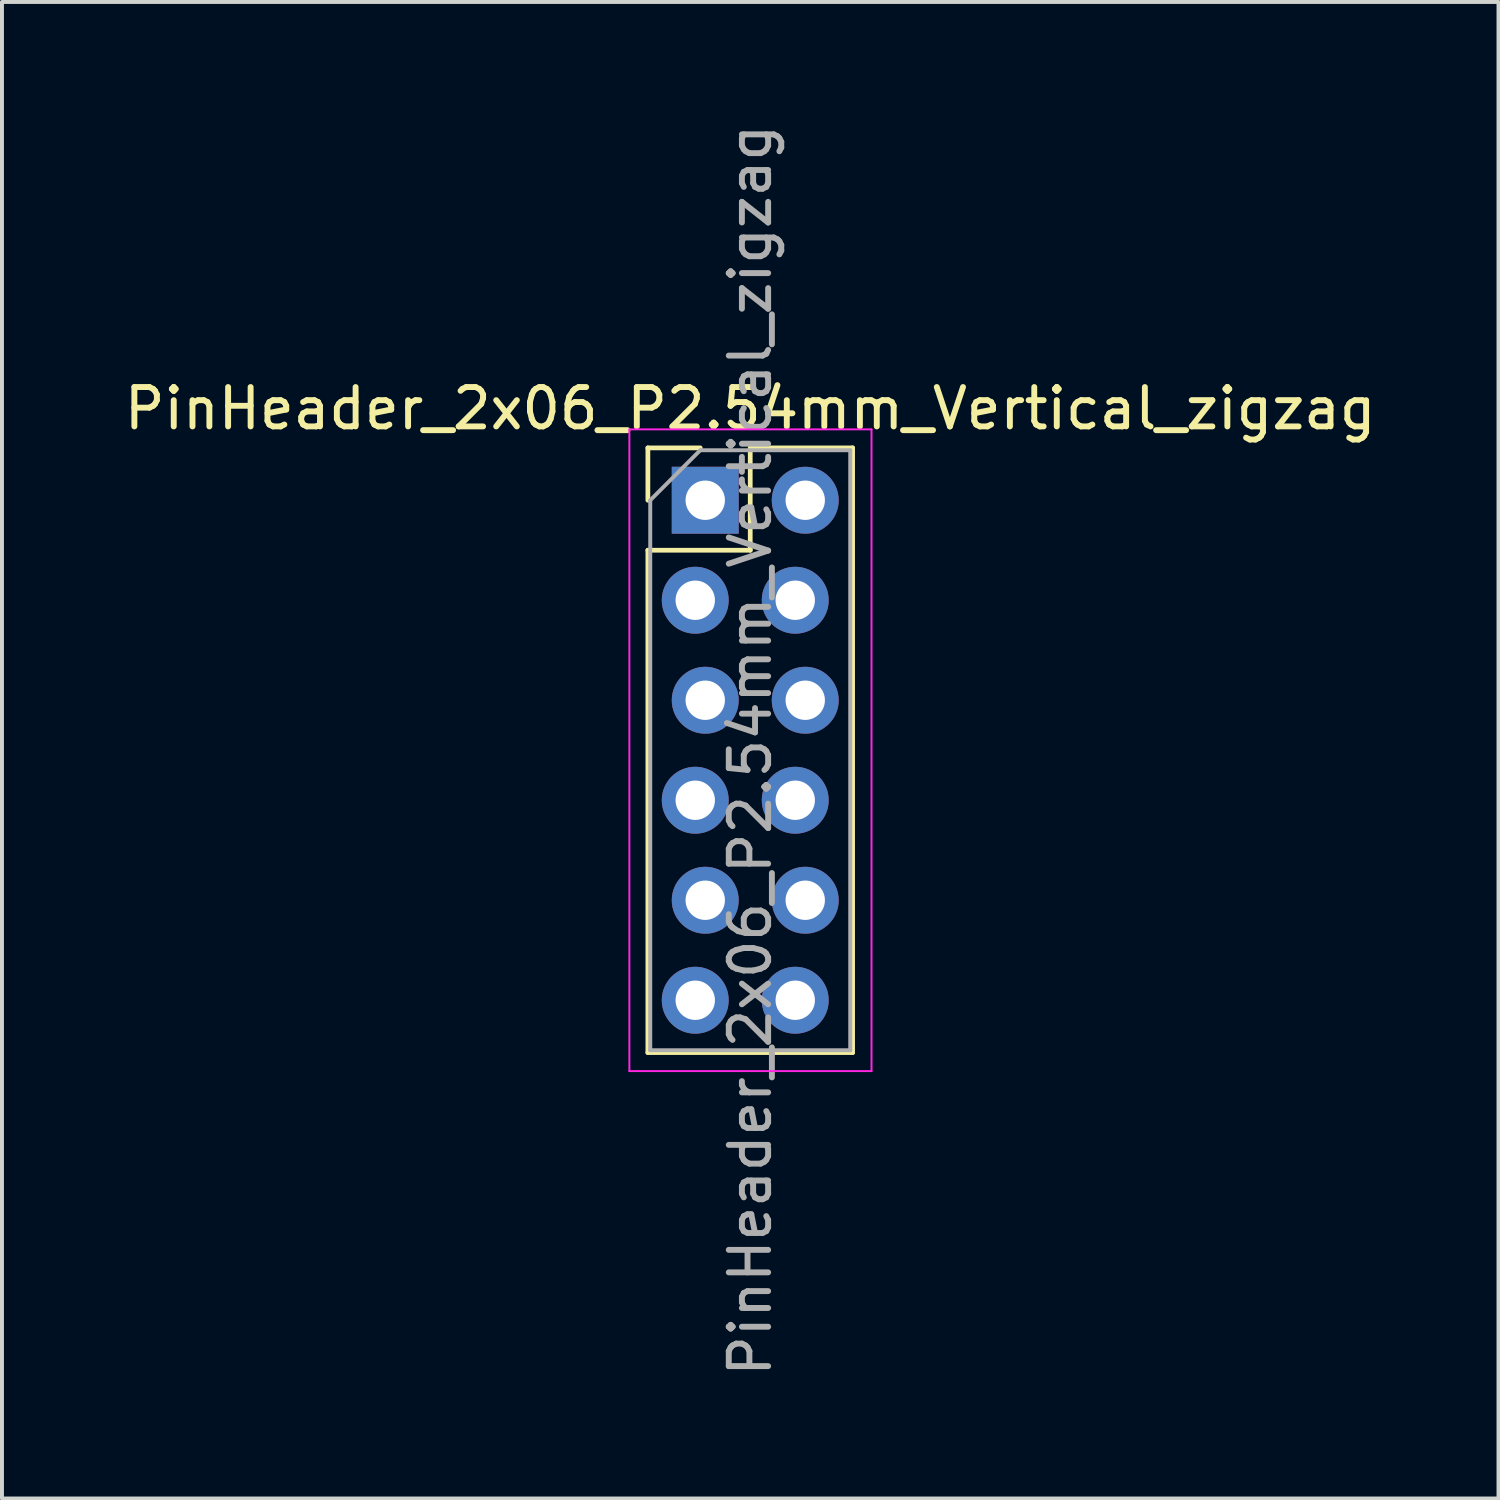
<source format=kicad_pcb>
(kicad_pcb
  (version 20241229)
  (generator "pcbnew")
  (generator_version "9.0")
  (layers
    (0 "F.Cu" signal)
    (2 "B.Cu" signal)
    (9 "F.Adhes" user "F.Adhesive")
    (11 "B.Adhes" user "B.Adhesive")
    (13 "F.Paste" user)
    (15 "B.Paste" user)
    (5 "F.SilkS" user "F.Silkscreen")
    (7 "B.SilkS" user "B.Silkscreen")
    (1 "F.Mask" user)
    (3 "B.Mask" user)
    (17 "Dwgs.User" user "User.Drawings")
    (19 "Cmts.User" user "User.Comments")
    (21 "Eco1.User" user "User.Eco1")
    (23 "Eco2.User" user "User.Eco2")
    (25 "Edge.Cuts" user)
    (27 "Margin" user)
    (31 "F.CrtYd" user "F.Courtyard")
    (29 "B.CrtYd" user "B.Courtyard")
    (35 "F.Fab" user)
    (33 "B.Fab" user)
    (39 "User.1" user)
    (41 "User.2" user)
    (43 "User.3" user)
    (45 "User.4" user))
  (footprint "PinHeader_2x06_P2.54mm_Vertical_zigzag"
    (layer "F.Cu")
    (at 14.736 9.656)
    (property "Reference" "PinHeader_2x06_P2.54mm_Vertical_zigzag" (at 1.27 -2.33 0) (layer "F.SilkS") (effects (font (size 1 1) (thickness 0.15))))
    (attr through_hole)
    (fp_line (start -1.33 -1.33) (end 0 -1.33) (stroke (width 0.12) (type solid)) (layer "F.SilkS"))
    (fp_line (start -1.33 0) (end -1.33 -1.33) (stroke (width 0.12) (type solid)) (layer "F.SilkS"))
    (fp_line (start -1.33 1.27) (end -1.33 14.03) (stroke (width 0.12) (type solid)) (layer "F.SilkS"))
    (fp_line (start -1.33 1.27) (end 1.27 1.27) (stroke (width 0.12) (type solid)) (layer "F.SilkS"))
    (fp_line (start -1.33 14.03) (end 3.87 14.03) (stroke (width 0.12) (type solid)) (layer "F.SilkS"))
    (fp_line (start 1.27 -1.33) (end 3.87 -1.33) (stroke (width 0.12) (type solid)) (layer "F.SilkS"))
    (fp_line (start 1.27 1.27) (end 1.27 -1.33) (stroke (width 0.12) (type solid)) (layer "F.SilkS"))
    (fp_line (start 3.87 -1.33) (end 3.87 14.03) (stroke (width 0.12) (type solid)) (layer "F.SilkS"))
    (fp_line (start -1.8 -1.8) (end -1.8 14.5) (stroke (width 0.05) (type solid)) (layer "F.CrtYd"))
    (fp_line (start -1.8 14.5) (end 4.35 14.5) (stroke (width 0.05) (type solid)) (layer "F.CrtYd"))
    (fp_line (start 4.35 -1.8) (end -1.8 -1.8) (stroke (width 0.05) (type solid)) (layer "F.CrtYd"))
    (fp_line (start 4.35 14.5) (end 4.35 -1.8) (stroke (width 0.05) (type solid)) (layer "F.CrtYd"))
    (fp_line (start -1.27 0) (end 0 -1.27) (stroke (width 0.1) (type solid)) (layer "F.Fab"))
    (fp_line (start -1.27 13.97) (end -1.27 0) (stroke (width 0.1) (type solid)) (layer "F.Fab"))
    (fp_line (start 0 -1.27) (end 3.81 -1.27) (stroke (width 0.1) (type solid)) (layer "F.Fab"))
    (fp_line (start 3.81 -1.27) (end 3.81 13.97) (stroke (width 0.1) (type solid)) (layer "F.Fab"))
    (fp_line (start 3.81 13.97) (end -1.27 13.97) (stroke (width 0.1) (type solid)) (layer "F.Fab"))
    (fp_text user "${REFERENCE}" (at 1.27 6.35 90) (layer "F.Fab") (effects (font (size 1 1) (thickness 0.15))))
    (pad "1" thru_hole rect (at 0.127 0) (size 1.7 1.7) (drill 1) (layers "*.Cu" "*.Mask"))
    (pad "2" thru_hole oval (at 2.667 0) (size 1.7 1.7) (drill 1) (layers "*.Cu" "*.Mask"))
    (pad "3" thru_hole oval (at -0.127 2.54) (size 1.7 1.7) (drill 1) (layers "*.Cu" "*.Mask"))
    (pad "4" thru_hole oval (at 2.413 2.54) (size 1.7 1.7) (drill 1) (layers "*.Cu" "*.Mask"))
    (pad "5" thru_hole oval (at 0.127 5.08) (size 1.7 1.7) (drill 1) (layers "*.Cu" "*.Mask"))
    (pad "6" thru_hole oval (at 2.667 5.08) (size 1.7 1.7) (drill 1) (layers "*.Cu" "*.Mask"))
    (pad "7" thru_hole oval (at -0.127 7.62) (size 1.7 1.7) (drill 1) (layers "*.Cu" "*.Mask"))
    (pad "8" thru_hole oval (at 2.413 7.62) (size 1.7 1.7) (drill 1) (layers "*.Cu" "*.Mask"))
    (pad "9" thru_hole oval (at 0.127 10.16) (size 1.7 1.7) (drill 1) (layers "*.Cu" "*.Mask"))
    (pad "10" thru_hole oval (at 2.667 10.16) (size 1.7 1.7) (drill 1) (layers "*.Cu" "*.Mask"))
    (pad "11" thru_hole oval (at -0.127 12.7) (size 1.7 1.7) (drill 1) (layers "*.Cu" "*.Mask"))
    (pad "12" thru_hole oval (at 2.413 12.7) (size 1.7 1.7) (drill 1) (layers "*.Cu" "*.Mask")))
  (gr_rect
    (start -3 -3)
    (end 35.012 35.012)
    (stroke (width 0.1) (type default))
    (fill no)
    (layer "Edge.Cuts")))
</source>
